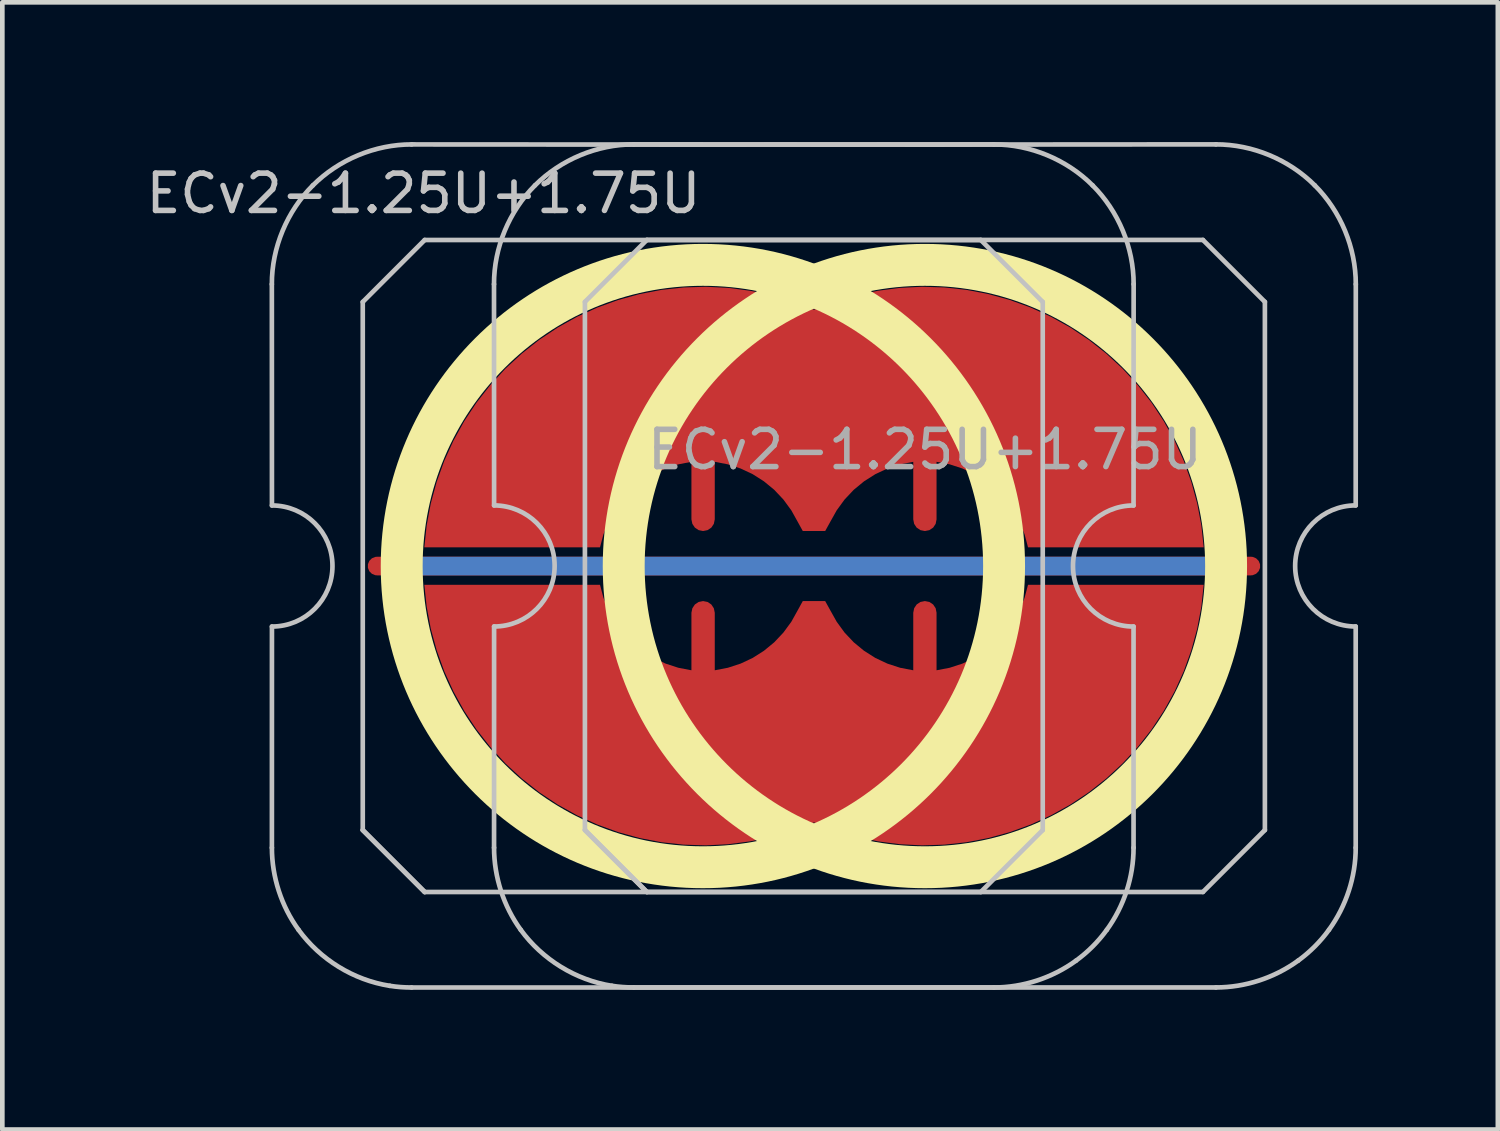
<source format=kicad_pcb>
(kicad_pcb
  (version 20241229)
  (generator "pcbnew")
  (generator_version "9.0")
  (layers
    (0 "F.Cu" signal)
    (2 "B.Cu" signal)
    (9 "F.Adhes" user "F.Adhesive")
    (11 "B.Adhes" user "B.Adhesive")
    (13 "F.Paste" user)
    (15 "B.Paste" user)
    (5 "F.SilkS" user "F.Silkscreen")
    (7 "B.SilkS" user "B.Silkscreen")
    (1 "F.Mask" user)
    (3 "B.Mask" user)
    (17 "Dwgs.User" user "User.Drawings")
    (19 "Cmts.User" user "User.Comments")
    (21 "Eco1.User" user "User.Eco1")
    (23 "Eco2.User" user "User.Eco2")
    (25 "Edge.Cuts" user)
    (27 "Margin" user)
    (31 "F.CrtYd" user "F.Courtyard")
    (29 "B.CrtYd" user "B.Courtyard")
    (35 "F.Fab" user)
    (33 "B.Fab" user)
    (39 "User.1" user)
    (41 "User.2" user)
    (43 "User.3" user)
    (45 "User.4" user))
  (footprint "ECv2-1.25U+1.75U"
    (layer "F.Cu")
    (at 16.805 9.104)
    (property "Reference" "ECv2-1.25U+1.75U" (at -10.762 -8 0) (layer "Dwgs.User") (effects (font (size 0.8 0.8) (thickness 0.12))))
    (attr smd exclude_from_pos_files exclude_from_bom)
    (fp_circle (center -4.763 0) (end 1.704 0) (stroke (width 0.9) (type solid)) (fill no) (layer "F.SilkS"))
    (fp_circle (center 0.004 0) (end 6.471 0) (stroke (width 0.9) (type solid)) (fill no) (layer "F.SilkS"))
    (fp_line (start -14.018 -6.052) (end -14.016 -1.301) (stroke (width 0.1) (type solid)) (layer "Dwgs.User"))
    (fp_line (start -14.016 1.299) (end -14.017 6.048) (stroke (width 0.1) (type solid)) (layer "Dwgs.User"))
    (fp_line (start -12.066 -5.671) (end -10.736 -7.001) (stroke (width 0.1) (type solid)) (layer "Dwgs.User"))
    (fp_line (start -12.066 5.669) (end -12.066 -5.671) (stroke (width 0.1) (type solid)) (layer "Dwgs.User"))
    (fp_line (start -12.066 5.669) (end -10.736 6.999) (stroke (width 0.1) (type solid)) (layer "Dwgs.User"))
    (fp_line (start -10.736 -7.001) (end 1.204 -7.001) (stroke (width 0.1) (type solid)) (layer "Dwgs.User"))
    (fp_line (start -10.736 6.999) (end -12.066 5.669) (stroke (width 0.1) (type solid)) (layer "Dwgs.User"))
    (fp_line (start -9.248 -6.052) (end -9.246 -1.302) (stroke (width 0.1) (type solid)) (layer "Dwgs.User"))
    (fp_line (start -9.246 1.298) (end -9.247 6.047) (stroke (width 0.1) (type solid)) (layer "Dwgs.User"))
    (fp_line (start -7.296 -5.672) (end -5.966 -7.002) (stroke (width 0.1) (type solid)) (layer "Dwgs.User"))
    (fp_line (start -7.296 5.668) (end -7.296 -5.672) (stroke (width 0.1) (type solid)) (layer "Dwgs.User"))
    (fp_line (start -7.296 5.668) (end -5.966 6.998) (stroke (width 0.1) (type solid)) (layer "Dwgs.User"))
    (fp_line (start -5.966 -7.002) (end 5.974 -7.002) (stroke (width 0.1) (type solid)) (layer "Dwgs.User"))
    (fp_line (start -5.966 6.998) (end -7.296 5.668) (stroke (width 0.1) (type solid)) (layer "Dwgs.User"))
    (fp_line (start 1.204 -7.001) (end 2.534 -5.671) (stroke (width 0.1) (type solid)) (layer "Dwgs.User"))
    (fp_line (start 1.204 6.999) (end -10.736 6.999) (stroke (width 0.1) (type solid)) (layer "Dwgs.User"))
    (fp_line (start 2.534 -5.671) (end 2.534 5.669) (stroke (width 0.1) (type solid)) (layer "Dwgs.User"))
    (fp_line (start 2.534 5.669) (end 1.204 6.999) (stroke (width 0.1) (type solid)) (layer "Dwgs.User"))
    (fp_line (start 4.484 1.299) (end 4.484 6.048) (stroke (width 0.1) (type solid)) (layer "Dwgs.User"))
    (fp_line (start 4.486 -6.052) (end 4.484 -1.301) (stroke (width 0.1) (type solid)) (layer "Dwgs.User"))
    (fp_line (start 5.974 -7.002) (end 7.304 -5.672) (stroke (width 0.1) (type solid)) (layer "Dwgs.User"))
    (fp_line (start 5.974 6.998) (end -5.966 6.998) (stroke (width 0.1) (type solid)) (layer "Dwgs.User"))
    (fp_line (start 7.304 -5.672) (end 7.304 5.668) (stroke (width 0.1) (type solid)) (layer "Dwgs.User"))
    (fp_line (start 7.304 5.668) (end 5.974 6.998) (stroke (width 0.1) (type solid)) (layer "Dwgs.User"))
    (fp_line (start 9.254 1.298) (end 9.254 6.047) (stroke (width 0.1) (type solid)) (layer "Dwgs.User"))
    (fp_line (start 9.256 -6.052) (end 9.254 -1.302) (stroke (width 0.1) (type solid)) (layer "Dwgs.User"))
    (fp_arc (start -14.016259 -1.301143) (mid -12.716259 -0.001143) (end -14.016259 1.298857) (stroke (width 0.1) (type solid)) (layer "Dwgs.User"))
    (fp_arc (start -9.2462 -1.302) (mid -7.9462 -0.002) (end -9.2462 1.298) (stroke (width 0.1) (type solid)) (layer "Dwgs.User"))
    (fp_arc (start 4.483741 1.298857) (mid 3.18374 -0.001143) (end 4.483741 -1.301143) (stroke (width 0.1) (type solid)) (layer "Dwgs.User"))
    (fp_arc (start 9.2538 1.298) (mid 7.9538 -0.002) (end 9.2538 -1.302) (stroke (width 0.1) (type solid)) (layer "Dwgs.User"))
    (fp_curve (pts (xy -14.017 6.048) (xy -14.017 6.676) (xy -13.813 7.305) (xy -13.443 7.813)) (stroke (width 0.1) (type solid)) (layer "Dwgs.User"))
    (fp_curve (pts (xy -13.443 7.813) (xy -12.982 8.447) (xy -12.262 8.892) (xy -11.486 9.013)) (stroke (width 0.1) (type solid)) (layer "Dwgs.User"))
    (fp_curve (pts (xy -13.138 -8.173) (xy -13.692 -7.619) (xy -14.02 -6.837) (xy -14.018 -6.052)) (stroke (width 0.1) (type solid)) (layer "Dwgs.User"))
    (fp_curve (pts (xy -11.486 9.013) (xy -11.331 9.038) (xy -11.173 9.049) (xy -11.016 9.049)) (stroke (width 0.1) (type solid)) (layer "Dwgs.User"))
    (fp_curve (pts (xy -11.016 9.049) (xy -6.884 9.051) (xy -2.649 9.049) (xy 1.484 9.049)) (stroke (width 0.1) (type solid)) (layer "Dwgs.User"))
    (fp_curve (pts (xy -11.016 -9.053) (xy -11.801 -9.054) (xy -12.583 -8.727) (xy -13.138 -8.173)) (stroke (width 0.1) (type solid)) (layer "Dwgs.User"))
    (fp_curve (pts (xy -9.247 6.047) (xy -9.247 6.675) (xy -9.042 7.305) (xy -8.673 7.812)) (stroke (width 0.1) (type solid)) (layer "Dwgs.User"))
    (fp_curve (pts (xy -8.673 7.812) (xy -8.212 8.447) (xy -7.492 8.891) (xy -6.716 9.013)) (stroke (width 0.1) (type solid)) (layer "Dwgs.User"))
    (fp_curve (pts (xy -8.368 -8.174) (xy -8.922 -7.62) (xy -9.25 -6.838) (xy -9.248 -6.052)) (stroke (width 0.1) (type solid)) (layer "Dwgs.User"))
    (fp_curve (pts (xy -6.716 9.013) (xy -6.561 9.037) (xy -6.403 9.048) (xy -6.246 9.048)) (stroke (width 0.1) (type solid)) (layer "Dwgs.User"))
    (fp_curve (pts (xy -6.246 9.048) (xy -2.114 9.05) (xy 2.121 9.048) (xy 6.254 9.048)) (stroke (width 0.1) (type solid)) (layer "Dwgs.User"))
    (fp_curve (pts (xy -6.246 -9.054) (xy -7.031 -9.055) (xy -7.813 -8.728) (xy -8.368 -8.174)) (stroke (width 0.1) (type solid)) (layer "Dwgs.User"))
    (fp_curve (pts (xy 1.483 -9.053) (xy -2.65 -9.048) (xy -6.883 -9.048) (xy -11.016 -9.053)) (stroke (width 0.1) (type solid)) (layer "Dwgs.User"))
    (fp_curve (pts (xy 1.484 9.049) (xy 2.112 9.049) (xy 2.738 8.843) (xy 3.246 8.475)) (stroke (width 0.1) (type solid)) (layer "Dwgs.User"))
    (fp_curve (pts (xy 3.246 8.475) (xy 3.501 8.29) (xy 3.726 8.065) (xy 3.91 7.811)) (stroke (width 0.1) (type solid)) (layer "Dwgs.User"))
    (fp_curve (pts (xy 3.605 -8.173) (xy 3.051 -8.727) (xy 2.269 -9.054) (xy 1.483 -9.053)) (stroke (width 0.1) (type solid)) (layer "Dwgs.User"))
    (fp_curve (pts (xy 3.91 7.811) (xy 4.279 7.302) (xy 4.485 6.677) (xy 4.484 6.048)) (stroke (width 0.1) (type solid)) (layer "Dwgs.User"))
    (fp_curve (pts (xy 4.486 -6.052) (xy 4.487 -6.837) (xy 4.16 -7.619) (xy 3.605 -8.173)) (stroke (width 0.1) (type solid)) (layer "Dwgs.User"))
    (fp_curve (pts (xy 6.253 -9.054) (xy 2.12 -9.048) (xy -2.113 -9.048) (xy -6.246 -9.054)) (stroke (width 0.1) (type solid)) (layer "Dwgs.User"))
    (fp_curve (pts (xy 6.254 9.048) (xy 6.882 9.048) (xy 7.508 8.842) (xy 8.016 8.474)) (stroke (width 0.1) (type solid)) (layer "Dwgs.User"))
    (fp_curve (pts (xy 8.016 8.474) (xy 8.271 8.289) (xy 8.496 8.064) (xy 8.68 7.81)) (stroke (width 0.1) (type solid)) (layer "Dwgs.User"))
    (fp_curve (pts (xy 8.375 -8.174) (xy 7.821 -8.728) (xy 7.039 -9.055) (xy 6.253 -9.054)) (stroke (width 0.1) (type solid)) (layer "Dwgs.User"))
    (fp_curve (pts (xy 8.68 7.81) (xy 9.049 7.301) (xy 9.255 6.676) (xy 9.254 6.047)) (stroke (width 0.1) (type solid)) (layer "Dwgs.User"))
    (fp_curve (pts (xy 9.256 -6.052) (xy 9.257 -6.838) (xy 8.93 -7.62) (xy 8.375 -8.174)) (stroke (width 0.1) (type solid)) (layer "Dwgs.User"))
    (fp_text user "${REFERENCE}" (at 0.004 -2.5 0) (layer "F.Fab") (effects (font (size 0.8 0.8) (thickness 0.12))))
    (pad "1" smd custom (at 0.004 -1.002 180) (size 0.169 0.169) (layers "F.Cu") (options (anchor circle)) (primitives (gr_poly (pts (xy -0.231 -0.096) (xy -0.177 -0.177) (xy -0.096 -0.231) (xy 0 -0.25) (xy 0.096 -0.231) (xy 0.177 -0.177) (xy 0.231 -0.096) (xy 0.25 0) (xy 0.25 1.236) (xy 0.532 1.182) (xy 0.805 1.093) (xy 1.064 0.971) (xy 1.307 0.817) (xy 1.528 0.635) (xy 1.725 0.426) (xy 1.894 0.194) (xy 2.034 -0.056) (xy 2.141 -0.25) (xy 2.214 -0.25) (xy 2.549 -0.25) (xy 2.622 -0.25) (xy 2.729 -0.056) (xy 2.868 0.194) (xy 3.038 0.426) (xy 3.235 0.635) (xy 3.456 0.817) (xy 3.698 0.971) (xy 3.958 1.093) (xy 4.231 1.182) (xy 4.512 1.236) (xy 4.512 0) (xy 4.532 -0.096) (xy 4.586 -0.177) (xy 4.667 -0.231) (xy 4.763 -0.25) (xy 4.858 -0.231) (xy 4.939 -0.177) (xy 4.993 -0.096) (xy 5.013 0) (xy 5.013 1.236) (xy 5.294 1.182) (xy 5.567 1.093) (xy 5.827 0.971) (xy 6.069 0.817) (xy 6.29 0.635) (xy 6.487 0.426) (xy 6.657 0.194) (xy 6.796 -0.056) (xy 6.903 -0.323) (xy 6.976 -0.6) (xy 10.748 -0.6) (xy 10.697 -0.125) (xy 10.609 0.344) (xy 10.483 0.805) (xy 10.321 1.255) (xy 10.123 1.69) (xy 9.892 2.108) (xy 9.628 2.506) (xy 9.333 2.882) (xy 9.01 3.233) (xy 8.659 3.557) (xy 8.284 3.853) (xy 7.886 4.118) (xy 7.469 4.35) (xy 7.034 4.548) (xy 6.585 4.711) (xy 6.125 4.838) (xy 5.655 4.928) (xy 5.18 4.98) (xy 4.703 4.995) (xy 4.226 4.971) (xy 3.752 4.909) (xy 3.285 4.81) (xy 2.827 4.674) (xy 2.381 4.502) (xy 1.936 4.674) (xy 1.478 4.81) (xy 1.01 4.909) (xy 0.537 4.971) (xy 0.06 4.995) (xy -0.418 4.98) (xy -0.893 4.928) (xy -1.362 4.838) (xy -1.823 4.711) (xy -2.272 4.548) (xy -2.706 4.35) (xy -3.124 4.118) (xy -3.521 3.853) (xy -3.897 3.557) (xy -4.247 3.233) (xy -4.571 2.882) (xy -4.866 2.506) (xy -5.129 2.108) (xy -5.361 1.69) (xy -5.558 1.255) (xy -5.72 0.805) (xy -5.846 0.344) (xy -5.935 -0.125) (xy -5.986 -0.6) (xy -2.214 -0.6) (xy -2.141 -0.323) (xy -2.034 -0.056) (xy -1.894 0.194) (xy -1.725 0.426) (xy -1.528 0.635) (xy -1.307 0.817) (xy -1.064 0.971) (xy -0.805 1.093) (xy -0.532 1.182) (xy -0.25 1.236) (xy -0.25 0)) (width 0) (fill yes))))
    (pad "2" smd custom (at 0.004 1.002) (size 0.169 0.169) (layers "F.Cu") (options (anchor circle)) (primitives (gr_poly (pts (xy 0.231 -0.096) (xy 0.177 -0.177) (xy 0.096 -0.231) (xy 0 -0.25) (xy -0.096 -0.231) (xy -0.177 -0.177) (xy -0.231 -0.096) (xy -0.25 0) (xy -0.25 1.236) (xy -0.532 1.182) (xy -0.805 1.093) (xy -1.064 0.971) (xy -1.307 0.817) (xy -1.528 0.635) (xy -1.725 0.426) (xy -1.894 0.194) (xy -2.034 -0.056) (xy -2.141 -0.25) (xy -2.214 -0.25) (xy -2.549 -0.25) (xy -2.622 -0.25) (xy -2.729 -0.056) (xy -2.868 0.194) (xy -3.038 0.426) (xy -3.235 0.635) (xy -3.456 0.817) (xy -3.698 0.971) (xy -3.958 1.093) (xy -4.231 1.182) (xy -4.512 1.236) (xy -4.512 0) (xy -4.532 -0.096) (xy -4.586 -0.177) (xy -4.667 -0.231) (xy -4.763 -0.25) (xy -4.858 -0.231) (xy -4.939 -0.177) (xy -4.993 -0.096) (xy -5.013 0) (xy -5.013 1.236) (xy -5.294 1.182) (xy -5.567 1.093) (xy -5.827 0.971) (xy -6.069 0.817) (xy -6.29 0.635) (xy -6.487 0.426) (xy -6.657 0.194) (xy -6.796 -0.056) (xy -6.903 -0.323) (xy -6.976 -0.6) (xy -10.748 -0.6) (xy -10.697 -0.125) (xy -10.609 0.344) (xy -10.483 0.805) (xy -10.321 1.255) (xy -10.123 1.69) (xy -9.892 2.108) (xy -9.628 2.506) (xy -9.333 2.882) (xy -9.01 3.233) (xy -8.659 3.557) (xy -8.284 3.853) (xy -7.886 4.118) (xy -7.469 4.35) (xy -7.034 4.548) (xy -6.585 4.711) (xy -6.125 4.838) (xy -5.655 4.928) (xy -5.18 4.98) (xy -4.703 4.995) (xy -4.226 4.971) (xy -3.752 4.909) (xy -3.285 4.81) (xy -2.827 4.674) (xy -2.381 4.502) (xy -1.936 4.674) (xy -1.478 4.81) (xy -1.01 4.909) (xy -0.537 4.971) (xy -0.06 4.995) (xy 0.418 4.98) (xy 0.893 4.928) (xy 1.362 4.838) (xy 1.823 4.711) (xy 2.272 4.548) (xy 2.706 4.35) (xy 3.124 4.118) (xy 3.521 3.853) (xy 3.897 3.557) (xy 4.247 3.233) (xy 4.571 2.882) (xy 4.866 2.506) (xy 5.129 2.108) (xy 5.361 1.69) (xy 5.558 1.255) (xy 5.72 0.805) (xy 5.846 0.344) (xy 5.935 -0.125) (xy 5.986 -0.6) (xy 2.214 -0.6) (xy 2.141 -0.323) (xy 2.034 -0.056) (xy 1.894 0.194) (xy 1.725 0.426) (xy 1.528 0.635) (xy 1.307 0.817) (xy 1.064 0.971) (xy 0.805 1.093) (xy 0.532 1.182) (xy 0.25 1.236) (xy 0.25 0)) (width 0) (fill yes))))
    (pad "3" smd custom (at 0.004 0 90) (size 0.4 0.4) (layers "F.Cu") (options (anchor rect)) (primitives (gr_line (start 0 -11.763) (end 0 7) (width 0.4))))
    (pad "3" smd custom (at 0.004 0 90) (size 0.4 0.4) (layers "B.Cu") (options (anchor rect)) (primitives (gr_line (start 0 -11.263) (end 0 6.5) (width 0.4))))
    (zone (net_name "") (layer "F.Cu") (hatch edge 0.508) (connect_pads) (min_thickness 0.254) (filled_areas_thickness no) (keepout (tracks allowed) (vias allowed) (pads allowed) (copperpour not_allowed) (footprints allowed)) (placement (enabled no)) (fill) (polygon (pts (xy 12.046 16.109) (xy 12.559 16.09) (xy 13.069 16.033) (xy 13.574 15.94) (xy 14.071 15.81) (xy 14.556 15.643) (xy 15.029 15.442) (xy 15.485 15.206) (xy 15.923 14.938) (xy 16.34 14.639) (xy 16.733 14.309) (xy 17.102 13.952) (xy 17.444 13.569) (xy 17.756 13.162) (xy 18.038 12.732) (xy 18.288 12.284) (xy 18.504 11.818) (xy 18.685 11.338) (xy 18.831 10.846) (xy 18.94 10.344) (xy 19.013 9.836) (xy 19.048 9.324) (xy 19.045 8.81) (xy 19.005 8.299) (xy 18.927 7.791) (xy 18.812 7.291) (xy 18.661 6.8) (xy 18.475 6.322) (xy 18.254 5.858) (xy 18 5.412) (xy 17.713 4.986) (xy 17.396 4.582) (xy 17.051 4.203) (xy 16.679 3.849) (xy 16.281 3.524) (xy 15.861 3.229) (xy 15.421 2.965) (xy 14.962 2.735) (xy 14.488 2.538) (xy 14 2.377) (xy 13.503 2.252) (xy 12.997 2.164) (xy 12.486 2.113) (xy 11.973 2.099) (xy 11.46 2.123) (xy 10.95 2.185) (xy 10.447 2.284) (xy 9.951 2.419) (xy 9.467 2.591) (xy 8.997 2.797) (xy 8.544 3.037) (xy 8.109 3.31) (xy 7.695 3.614) (xy 7.305 3.947) (xy 6.94 4.309) (xy 6.602 4.695) (xy 6.294 5.106) (xy 6.017 5.538) (xy 5.772 5.989) (xy 5.561 6.457) (xy 5.384 6.939) (xy 5.243 7.433) (xy 5.139 7.936) (xy 5.072 8.444) (xy 5.043 8.957) (xy 5.051 9.47) (xy 5.096 9.982) (xy 5.179 10.488) (xy 5.299 10.987) (xy 5.455 11.477) (xy 5.647 11.953) (xy 5.873 12.414) (xy 6.132 12.857) (xy 6.422 13.28) (xy 6.743 13.681) (xy 7.093 14.057) (xy 7.469 14.406) (xy 7.87 14.727) (xy 8.293 15.018) (xy 8.736 15.277) (xy 9.197 15.503) (xy 9.673 15.694) (xy 10.162 15.851) (xy 10.662 15.97) (xy 11.168 16.053) (xy 11.68 16.099))))
    (zone (net_name "") (layer "F.Cu") (hatch edge 0.508) (connect_pads) (min_thickness 0.254) (filled_areas_thickness no) (keepout (tracks allowed) (vias allowed) (pads allowed) (copperpour not_allowed) (footprints allowed)) (placement (enabled no)) (fill) (polygon (pts (xy 16.809 2.097) (xy 16.296 2.116) (xy 15.786 2.172) (xy 15.281 2.266) (xy 14.785 2.396) (xy 14.299 2.562) (xy 13.827 2.763) (xy 13.37 2.999) (xy 12.933 3.267) (xy 12.516 3.567) (xy 12.122 3.896) (xy 11.753 4.253) (xy 11.412 4.637) (xy 11.099 5.044) (xy 10.817 5.473) (xy 10.568 5.922) (xy 10.352 6.387) (xy 10.17 6.867) (xy 10.024 7.36) (xy 9.915 7.861) (xy 9.843 8.37) (xy 9.808 8.882) (xy 9.81 9.395) (xy 9.851 9.907) (xy 9.928 10.414) (xy 10.043 10.915) (xy 10.194 11.405) (xy 10.38 11.884) (xy 10.601 12.347) (xy 10.856 12.793) (xy 11.142 13.219) (xy 11.459 13.623) (xy 11.804 14.003) (xy 12.177 14.356) (xy 12.574 14.681) (xy 12.994 14.977) (xy 13.435 15.24) (xy 13.893 15.471) (xy 14.367 15.667) (xy 14.855 15.828) (xy 15.353 15.954) (xy 15.858 16.042) (xy 16.369 16.093) (xy 16.883 16.106) (xy 17.395 16.082) (xy 17.905 16.02) (xy 18.409 15.922) (xy 18.904 15.786) (xy 19.388 15.615) (xy 19.858 15.408) (xy 20.312 15.168) (xy 20.746 14.895) (xy 21.16 14.591) (xy 21.551 14.258) (xy 21.916 13.897) (xy 22.253 13.51) (xy 22.561 13.1) (xy 22.839 12.668) (xy 23.084 12.216) (xy 23.295 11.748) (xy 23.471 11.266) (xy 23.612 10.773) (xy 23.716 10.27) (xy 23.783 9.761) (xy 23.813 9.248) (xy 23.804 8.735) (xy 23.759 8.224) (xy 23.676 7.717) (xy 23.556 7.218) (xy 23.4 6.729) (xy 23.208 6.253) (xy 22.983 5.792) (xy 22.724 5.348) (xy 22.433 4.925) (xy 22.112 4.525) (xy 21.762 4.148) (xy 21.386 3.799) (xy 20.986 3.478) (xy 20.563 3.187) (xy 20.119 2.928) (xy 19.658 2.702) (xy 19.182 2.511) (xy 18.693 2.355) (xy 18.194 2.235) (xy 17.687 2.152) (xy 17.176 2.106))))
    (zone (net_name "") (layer "B.Cu") (hatch edge 0.508) (connect_pads) (min_thickness 0.254) (filled_areas_thickness no) (keepout (tracks allowed) (vias allowed) (pads allowed) (copperpour not_allowed) (footprints allowed)) (placement (enabled no)) (fill) (polygon (pts (xy 12.046 15.662) (xy 12.561 15.642) (xy 13.072 15.581) (xy 13.577 15.481) (xy 14.073 15.341) (xy 14.556 15.163) (xy 15.024 14.947) (xy 15.473 14.696) (xy 15.901 14.409) (xy 16.305 14.091) (xy 16.684 13.741) (xy 17.033 13.363) (xy 17.352 12.959) (xy 17.638 12.53) (xy 17.89 12.081) (xy 18.105 11.613) (xy 18.283 11.13) (xy 18.423 10.635) (xy 18.524 10.13) (xy 18.584 9.618) (xy 18.604 9.104) (xy 18.584 8.589) (xy 18.524 8.078) (xy 18.423 7.573) (xy 18.283 7.077) (xy 18.105 6.594) (xy 17.89 6.126) (xy 17.638 5.677) (xy 17.352 5.249) (xy 17.033 4.844) (xy 16.684 4.466) (xy 16.305 4.117) (xy 15.901 3.798) (xy 15.473 3.512) (xy 15.024 3.26) (xy 14.556 3.045) (xy 14.073 2.866) (xy 13.577 2.727) (xy 13.072 2.626) (xy 12.561 2.566) (xy 12.046 2.545) (xy 11.532 2.566) (xy 11.02 2.626) (xy 10.515 2.727) (xy 10.02 2.866) (xy 9.536 3.045) (xy 9.069 3.26) (xy 8.619 3.512) (xy 8.191 3.798) (xy 7.787 4.117) (xy 7.409 4.466) (xy 7.059 4.844) (xy 6.74 5.249) (xy 6.454 5.677) (xy 6.203 6.126) (xy 5.987 6.594) (xy 5.809 7.077) (xy 5.669 7.573) (xy 5.569 8.078) (xy 5.508 8.589) (xy 5.488 9.104) (xy 5.508 9.618) (xy 5.569 10.13) (xy 5.669 10.635) (xy 5.809 11.13) (xy 5.987 11.613) (xy 6.203 12.081) (xy 6.454 12.53) (xy 6.74 12.959) (xy 7.059 13.363) (xy 7.409 13.741) (xy 7.787 14.091) (xy 8.191 14.409) (xy 8.619 14.696) (xy 9.069 14.947) (xy 9.536 15.163) (xy 10.02 15.341) (xy 10.515 15.481) (xy 11.02 15.581) (xy 11.532 15.642))))
    (zone (net_name "") (layer "B.Cu") (hatch edge 0.508) (connect_pads) (min_thickness 0.254) (filled_areas_thickness no) (keepout (tracks allowed) (vias allowed) (pads allowed) (copperpour not_allowed) (footprints allowed)) (placement (enabled no)) (fill) (polygon (pts (xy 16.809 2.543) (xy 16.295 2.564) (xy 15.783 2.624) (xy 15.278 2.725) (xy 14.783 2.864) (xy 14.299 3.043) (xy 13.832 3.258) (xy 13.382 3.51) (xy 12.954 3.796) (xy 12.55 4.115) (xy 12.172 4.464) (xy 11.822 4.842) (xy 11.503 5.247) (xy 11.217 5.675) (xy 10.966 6.124) (xy 10.75 6.592) (xy 10.572 7.075) (xy 10.432 7.571) (xy 10.332 8.076) (xy 10.271 8.587) (xy 10.251 9.102) (xy 10.271 9.616) (xy 10.332 10.128) (xy 10.432 10.633) (xy 10.572 11.128) (xy 10.75 11.611) (xy 10.966 12.079) (xy 11.217 12.528) (xy 11.503 12.957) (xy 11.822 13.361) (xy 12.172 13.739) (xy 12.55 14.089) (xy 12.954 14.407) (xy 13.382 14.694) (xy 13.832 14.945) (xy 14.299 15.161) (xy 14.783 15.339) (xy 15.278 15.479) (xy 15.783 15.579) (xy 16.295 15.64) (xy 16.809 15.66) (xy 17.324 15.64) (xy 17.835 15.579) (xy 18.34 15.479) (xy 18.836 15.339) (xy 19.319 15.161) (xy 19.787 14.945) (xy 20.236 14.694) (xy 20.664 14.407) (xy 21.068 14.089) (xy 21.447 13.739) (xy 21.796 13.361) (xy 22.115 12.957) (xy 22.401 12.528) (xy 22.653 12.079) (xy 22.868 11.611) (xy 23.046 11.128) (xy 23.186 10.633) (xy 23.287 10.128) (xy 23.347 9.616) (xy 23.367 9.102) (xy 23.347 8.587) (xy 23.287 8.076) (xy 23.186 7.571) (xy 23.046 7.075) (xy 22.868 6.592) (xy 22.653 6.124) (xy 22.401 5.675) (xy 22.115 5.247) (xy 21.796 4.842) (xy 21.447 4.464) (xy 21.068 4.115) (xy 20.664 3.796) (xy 20.236 3.51) (xy 19.787 3.258) (xy 19.319 3.043) (xy 18.836 2.864) (xy 18.34 2.725) (xy 17.835 2.624) (xy 17.324 2.564)))))
  (gr_rect
    (start -3 -3)
    (end 29.111 21.203)
    (stroke (width 0.1) (type default))
    (fill no)
    (layer "Edge.Cuts")))
</source>
